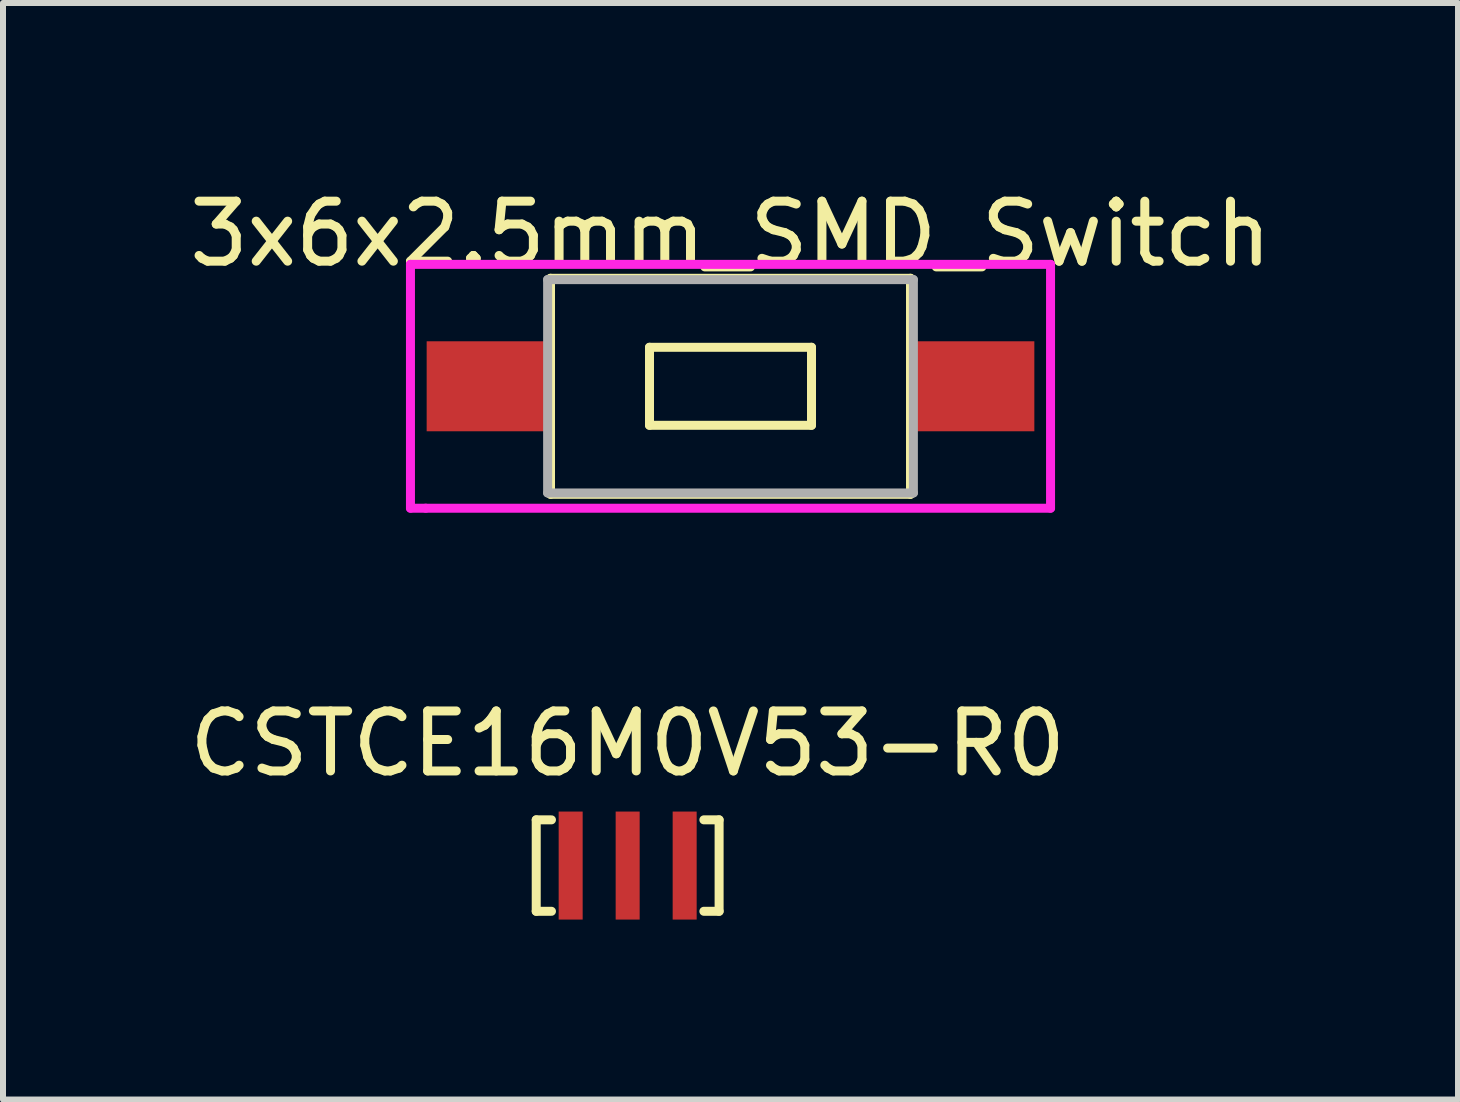
<source format=kicad_pcb>
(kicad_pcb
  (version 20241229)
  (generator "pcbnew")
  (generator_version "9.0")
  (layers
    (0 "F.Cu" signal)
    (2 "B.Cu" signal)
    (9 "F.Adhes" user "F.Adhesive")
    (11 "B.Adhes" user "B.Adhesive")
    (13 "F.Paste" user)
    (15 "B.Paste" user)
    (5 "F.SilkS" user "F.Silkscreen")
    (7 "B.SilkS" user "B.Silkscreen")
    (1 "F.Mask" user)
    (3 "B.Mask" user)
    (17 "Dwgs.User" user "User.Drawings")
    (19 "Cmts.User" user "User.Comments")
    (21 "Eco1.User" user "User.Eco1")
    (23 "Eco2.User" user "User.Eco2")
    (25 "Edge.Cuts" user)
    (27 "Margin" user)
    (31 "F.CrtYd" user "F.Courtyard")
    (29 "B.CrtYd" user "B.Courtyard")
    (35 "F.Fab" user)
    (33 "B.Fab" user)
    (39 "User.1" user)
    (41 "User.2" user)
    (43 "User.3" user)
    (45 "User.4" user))
  (footprint "3x6x2.5mm_SMD_Switch"
    (layer "F.Cu")
    (at 9.125 3.388)
    (property "Reference" "3x6x2.5mm_SMD_Switch" (at 0 -2.54 0) (layer "F.SilkS") (effects (font (size 1 1) (thickness 0.15))))
    (attr through_hole)
    (fp_line (start -3 -1.8) (end 3 -1.8) (stroke (width 0.15) (type solid)) (layer "F.SilkS"))
    (fp_line (start -3 1.8) (end -3 -1.8) (stroke (width 0.15) (type solid)) (layer "F.SilkS"))
    (fp_line (start -1.35 -0.65) (end 1.35 -0.65) (stroke (width 0.15) (type solid)) (layer "F.SilkS"))
    (fp_line (start -1.35 0.65) (end -1.35 -0.65) (stroke (width 0.15) (type solid)) (layer "F.SilkS"))
    (fp_line (start 1.35 -0.65) (end 1.35 0.65) (stroke (width 0.15) (type solid)) (layer "F.SilkS"))
    (fp_line (start 1.35 0.65) (end -1.35 0.65) (stroke (width 0.15) (type solid)) (layer "F.SilkS"))
    (fp_line (start 3 -1.8) (end 3 1.8) (stroke (width 0.15) (type solid)) (layer "F.SilkS"))
    (fp_line (start 3 1.8) (end -3 1.8) (stroke (width 0.15) (type solid)) (layer "F.SilkS"))
    (fp_line (start -5.334 -2.032) (end 5.334 -2.032) (stroke (width 0.15) (type solid)) (layer "F.CrtYd"))
    (fp_line (start -5.334 2.032) (end -5.334 -2.032) (stroke (width 0.15) (type solid)) (layer "F.CrtYd"))
    (fp_line (start -5.08 2.032) (end -5.334 2.032) (stroke (width 0.15) (type solid)) (layer "F.CrtYd"))
    (fp_line (start 5.334 -2.032) (end 5.334 2.032) (stroke (width 0.15) (type solid)) (layer "F.CrtYd"))
    (fp_line (start 5.334 2.032) (end -5.08 2.032) (stroke (width 0.15) (type solid)) (layer "F.CrtYd"))
    (fp_line (start -3.048 -1.778) (end 3.048 -1.778) (stroke (width 0.15) (type solid)) (layer "F.Fab"))
    (fp_line (start -3.048 1.778) (end -3.048 -1.778) (stroke (width 0.15) (type solid)) (layer "F.Fab"))
    (fp_line (start 3.048 -1.778) (end 3.048 1.778) (stroke (width 0.15) (type solid)) (layer "F.Fab"))
    (fp_line (start 3.048 1.778) (end -3.048 1.778) (stroke (width 0.15) (type solid)) (layer "F.Fab"))
    (pad "1" smd rect (at -4.064 0) (size 2 1.5) (layers "F.Cu" "F.Mask" "F.Paste"))
    (pad "2" smd rect (at 4.064 0) (size 2 1.5) (layers "F.Cu" "F.Mask" "F.Paste")))
  (footprint "CSTCE16M0V53-R0"
    (layer "F.Cu")
    (at 7.411 11.376)
    (property "Reference" "CSTCE16M0V53-R0" (at 0 -2.032 0) (layer "F.SilkS") (effects (font (size 1 1) (thickness 0.15))))
    (attr through_hole)
    (fp_line (start -1.524 -0.762) (end -1.524 0.762) (stroke (width 0.15) (type solid)) (layer "F.SilkS"))
    (fp_line (start -1.524 -0.762) (end -1.27 -0.762) (stroke (width 0.15) (type solid)) (layer "F.SilkS"))
    (fp_line (start -1.524 0.762) (end -1.27 0.762) (stroke (width 0.15) (type solid)) (layer "F.SilkS"))
    (fp_line (start 1.27 -0.762) (end 1.524 -0.762) (stroke (width 0.15) (type solid)) (layer "F.SilkS"))
    (fp_line (start 1.524 -0.762) (end 1.524 0.762) (stroke (width 0.15) (type solid)) (layer "F.SilkS"))
    (fp_line (start 1.524 0.762) (end 1.27 0.762) (stroke (width 0.15) (type solid)) (layer "F.SilkS"))
    (pad "1" smd rect (at -0.95 0) (size 0.4 1.8) (layers "F.Cu" "F.Mask" "F.Paste"))
    (pad "2" smd rect (at 0 0) (size 0.4 1.8) (layers "F.Cu" "F.Mask" "F.Paste"))
    (pad "3" smd rect (at 0.95 0) (size 0.4 1.8) (layers "F.Cu" "F.Mask" "F.Paste")))
  (gr_rect
    (start -3 -3)
    (end 21.25 15.275)
    (stroke (width 0.1) (type default))
    (fill no)
    (layer "Edge.Cuts")))
</source>
